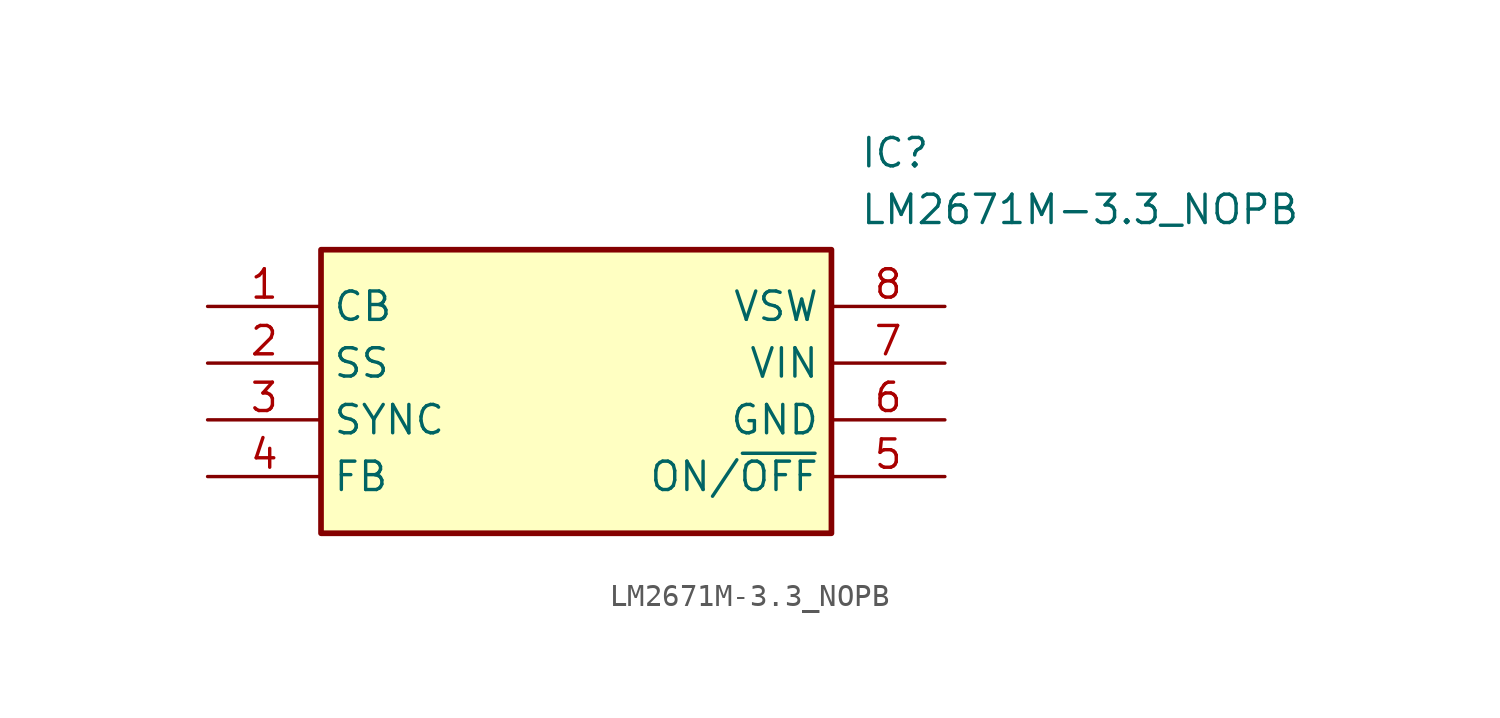
<source format=kicad_sym>
(kicad_symbol_lib
  (version 20211014)
  (generator SamacSys_ECAD_Model)
  (symbol "LM2671M-3.3_NOPB"
    (property "Reference" "IC"
      (at 29.21 7.62 0)
      (effects (font (size 1.27 1.27)) (justify left top)))
    (property "Value" "LM2671M-3.3_NOPB"
      (at 29.21 5.08 0)
      (effects (font (size 1.27 1.27)) (justify left top)))
    (rectangle
      (start 5.08 2.54)
      (end 27.94 -10.16)
      (stroke (width 0.254) (type default))
      (fill (type background)))
    (pin passive line
      (at 0 0 0)
      (length 5.08)
      (name "CB" (effects (font (size 1.27 1.27))))
      (number "1" (effects (font (size 1.27 1.27)))))
    (pin passive line
      (at 0 -2.54 0)
      (length 5.08)
      (name "SS" (effects (font (size 1.27 1.27))))
      (number "2" (effects (font (size 1.27 1.27)))))
    (pin passive line
      (at 0 -5.08 0)
      (length 5.08)
      (name "SYNC" (effects (font (size 1.27 1.27))))
      (number "3" (effects (font (size 1.27 1.27)))))
    (pin passive line
      (at 0 -7.62 0)
      (length 5.08)
      (name "FB" (effects (font (size 1.27 1.27))))
      (number "4" (effects (font (size 1.27 1.27)))))
    (pin passive line
      (at 33.02 0 180)
      (length 5.08)
      (name "VSW" (effects (font (size 1.27 1.27))))
      (number "8" (effects (font (size 1.27 1.27)))))
    (pin passive line
      (at 33.02 -2.54 180)
      (length 5.08)
      (name "VIN" (effects (font (size 1.27 1.27))))
      (number "7" (effects (font (size 1.27 1.27)))))
    (pin passive line
      (at 33.02 -5.08 180)
      (length 5.08)
      (name "GND" (effects (font (size 1.27 1.27))))
      (number "6" (effects (font (size 1.27 1.27)))))
    (pin passive line
      (at 33.02 -7.62 180)
      (length 5.08)
      (name "ON/~{OFF}" (effects (font (size 1.27 1.27))))
      (number "5" (effects (font (size 1.27 1.27)))))))
</source>
